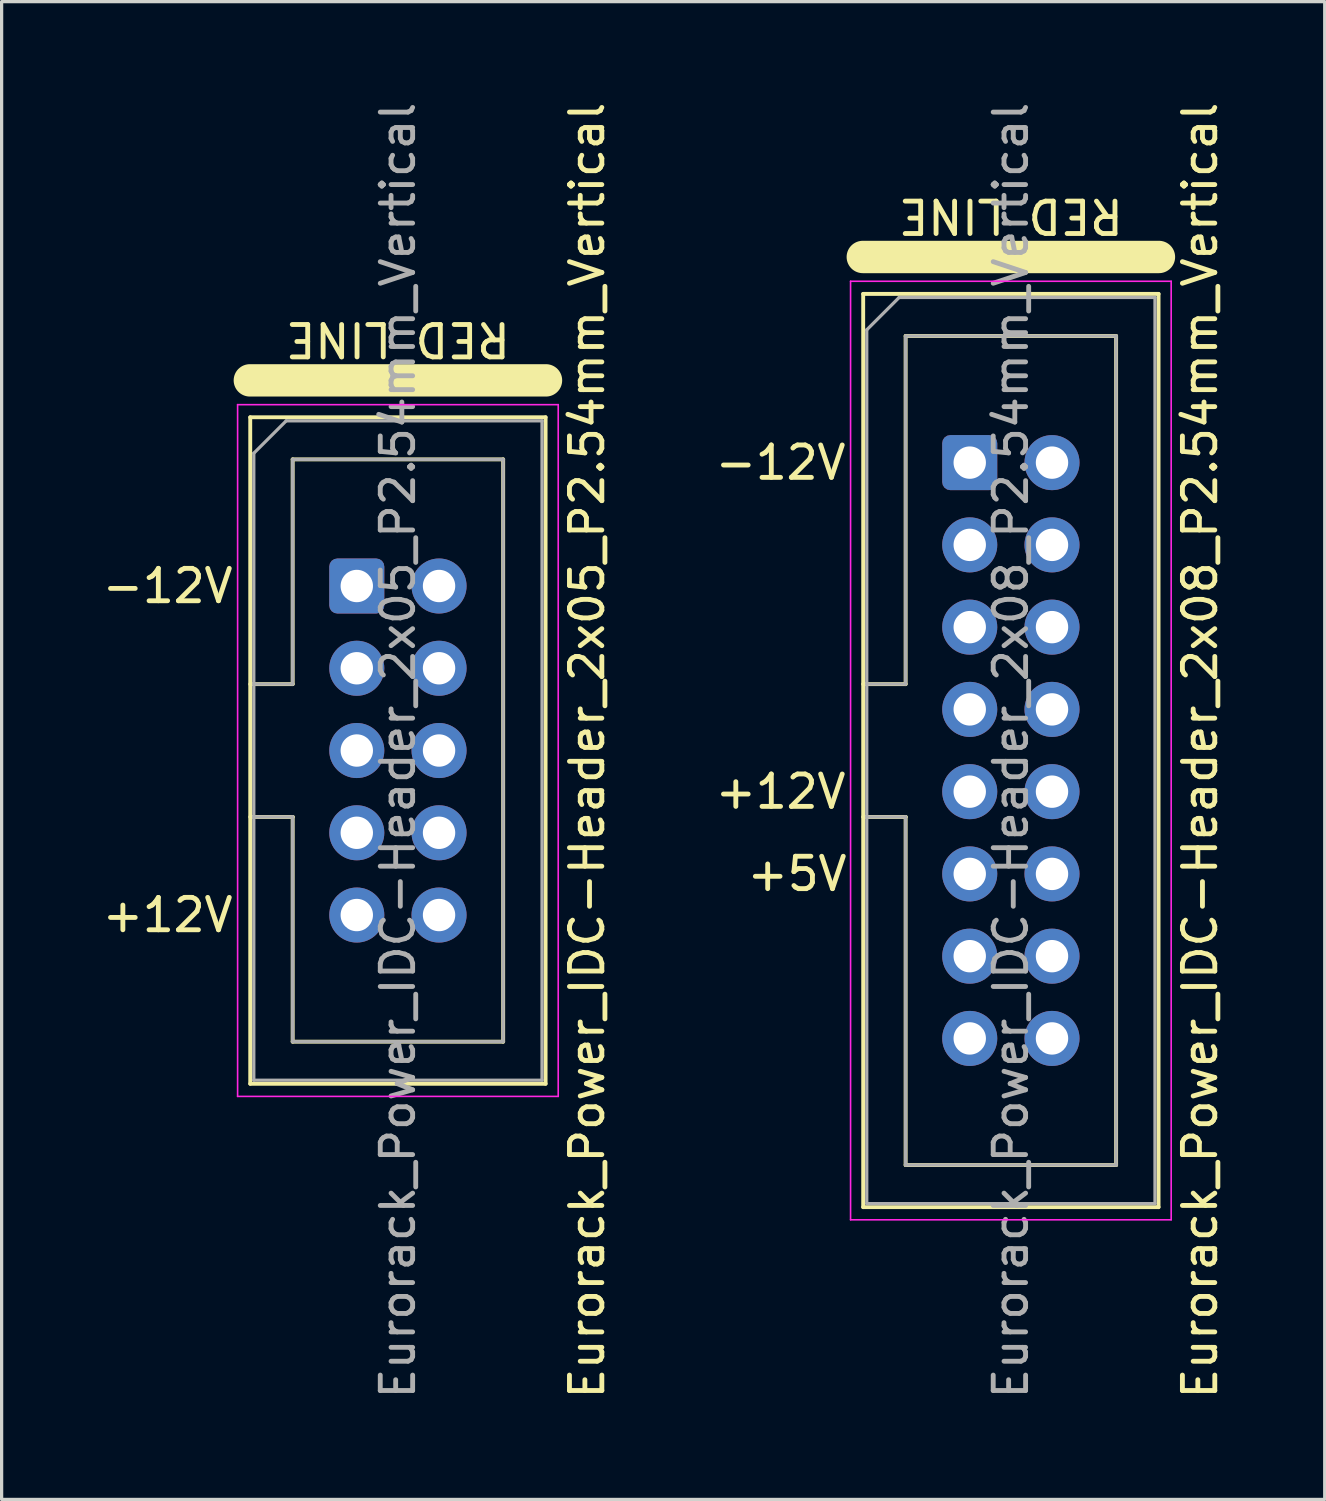
<source format=kicad_pcb>
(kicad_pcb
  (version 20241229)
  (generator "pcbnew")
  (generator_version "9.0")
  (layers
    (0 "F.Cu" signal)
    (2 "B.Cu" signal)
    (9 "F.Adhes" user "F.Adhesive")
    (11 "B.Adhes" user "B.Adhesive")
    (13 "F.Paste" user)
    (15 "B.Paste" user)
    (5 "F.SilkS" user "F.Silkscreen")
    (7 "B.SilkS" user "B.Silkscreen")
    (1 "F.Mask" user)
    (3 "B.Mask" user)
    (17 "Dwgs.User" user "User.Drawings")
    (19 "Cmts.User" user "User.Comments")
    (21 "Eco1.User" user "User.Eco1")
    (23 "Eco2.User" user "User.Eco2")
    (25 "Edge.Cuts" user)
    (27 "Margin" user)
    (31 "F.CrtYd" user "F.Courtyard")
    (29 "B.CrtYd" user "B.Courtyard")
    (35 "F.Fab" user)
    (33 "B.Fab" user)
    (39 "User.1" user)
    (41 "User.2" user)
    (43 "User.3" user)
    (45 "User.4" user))
  (footprint "Eurorack_Power_IDC-Header_2x08_P2.54mm_Vertical"
    (layer "F.Cu")
    (at 26.894 11.235)
    (property "Reference" "Eurorack_Power_IDC-Header_2x08_P2.54mm_Vertical" (at 7.112 8.89 90) (layer "F.SilkS") (effects (font (size 1 1) (thickness 0.15))))
    (attr through_hole)
    (fp_line (start -3.302 -6.35) (end 5.842 -6.35) (stroke (width 1) (type solid)) (layer "F.SilkS"))
    (fp_line (start -3.29 -5.21) (end 5.83 -5.21) (stroke (width 0.12) (type solid)) (layer "F.SilkS"))
    (fp_line (start -3.29 6.84) (end -1.98 6.84) (stroke (width 0.12) (type solid)) (layer "F.SilkS"))
    (fp_line (start -3.29 22.99) (end -3.29 -5.21) (stroke (width 0.12) (type solid)) (layer "F.SilkS"))
    (fp_line (start -1.98 -3.91) (end 4.52 -3.91) (stroke (width 0.12) (type solid)) (layer "F.SilkS"))
    (fp_line (start -1.98 6.84) (end -1.98 -3.91) (stroke (width 0.12) (type solid)) (layer "F.SilkS"))
    (fp_line (start -1.98 10.94) (end -3.29 10.94) (stroke (width 0.12) (type solid)) (layer "F.SilkS"))
    (fp_line (start -1.98 10.94) (end -1.98 10.94) (stroke (width 0.12) (type solid)) (layer "F.SilkS"))
    (fp_line (start -1.98 21.69) (end -1.98 10.94) (stroke (width 0.12) (type solid)) (layer "F.SilkS"))
    (fp_line (start 4.52 -3.91) (end 4.52 21.69) (stroke (width 0.12) (type solid)) (layer "F.SilkS"))
    (fp_line (start 4.52 21.69) (end -1.98 21.69) (stroke (width 0.12) (type solid)) (layer "F.SilkS"))
    (fp_line (start 5.83 -5.21) (end 5.83 22.99) (stroke (width 0.12) (type solid)) (layer "F.SilkS"))
    (fp_line (start 5.83 22.99) (end -3.29 22.99) (stroke (width 0.12) (type solid)) (layer "F.SilkS"))
    (fp_line (start -3.68 -5.6) (end -3.68 23.38) (stroke (width 0.05) (type solid)) (layer "F.CrtYd"))
    (fp_line (start -3.68 23.38) (end 6.22 23.38) (stroke (width 0.05) (type solid)) (layer "F.CrtYd"))
    (fp_line (start 6.22 -5.6) (end -3.68 -5.6) (stroke (width 0.05) (type solid)) (layer "F.CrtYd"))
    (fp_line (start 6.22 23.38) (end 6.22 -5.6) (stroke (width 0.05) (type solid)) (layer "F.CrtYd"))
    (fp_line (start -3.18 -4.1) (end -2.18 -5.1) (stroke (width 0.1) (type solid)) (layer "F.Fab"))
    (fp_line (start -3.18 6.84) (end -1.98 6.84) (stroke (width 0.1) (type solid)) (layer "F.Fab"))
    (fp_line (start -3.18 22.88) (end -3.18 -4.1) (stroke (width 0.1) (type solid)) (layer "F.Fab"))
    (fp_line (start -2.18 -5.1) (end 5.72 -5.1) (stroke (width 0.1) (type solid)) (layer "F.Fab"))
    (fp_line (start -1.98 -3.91) (end 4.52 -3.91) (stroke (width 0.1) (type solid)) (layer "F.Fab"))
    (fp_line (start -1.98 6.84) (end -1.98 -3.91) (stroke (width 0.1) (type solid)) (layer "F.Fab"))
    (fp_line (start -1.98 10.94) (end -3.18 10.94) (stroke (width 0.1) (type solid)) (layer "F.Fab"))
    (fp_line (start -1.98 10.94) (end -1.98 10.94) (stroke (width 0.1) (type solid)) (layer "F.Fab"))
    (fp_line (start -1.98 21.69) (end -1.98 10.94) (stroke (width 0.1) (type solid)) (layer "F.Fab"))
    (fp_line (start 4.52 -3.91) (end 4.52 21.69) (stroke (width 0.1) (type solid)) (layer "F.Fab"))
    (fp_line (start 4.52 21.69) (end -1.98 21.69) (stroke (width 0.1) (type solid)) (layer "F.Fab"))
    (fp_line (start 5.72 -5.1) (end 5.72 22.88) (stroke (width 0.1) (type solid)) (layer "F.Fab"))
    (fp_line (start 5.72 22.88) (end -3.18 22.88) (stroke (width 0.1) (type solid)) (layer "F.Fab"))
    (fp_text user "RED LINE" (at 1.27 -7.62 180) (unlocked yes) (layer "F.SilkS") (effects (font (size 1 1) (thickness 0.15))))
    (fp_text user "+12V" (at -5.842 10.16 0) (unlocked yes) (layer "F.SilkS") (effects (font (size 1 1) (thickness 0.15))))
    (fp_text user "+5V" (at -5.334 12.7 0) (unlocked yes) (layer "F.SilkS") (effects (font (size 1 1) (thickness 0.15))))
    (fp_text user "-12V" (at -5.842 0 0) (unlocked yes) (layer "F.SilkS") (effects (font (size 1 1) (thickness 0.15))))
    (fp_text user "${REFERENCE}" (at 1.27 8.89 90) (layer "F.Fab") (effects (font (size 1 1) (thickness 0.15))))
    (pad "1" thru_hole roundrect (at 0 0) (size 1.7 1.7) (drill 1) (layers "*.Cu" "*.Mask") (roundrect_rratio 0.147))
    (pad "2" thru_hole circle (at 2.54 0) (size 1.7 1.7) (drill 1) (layers "*.Cu" "*.Mask"))
    (pad "3" thru_hole circle (at 0 2.54) (size 1.7 1.7) (drill 1) (layers "*.Cu" "*.Mask"))
    (pad "4" thru_hole circle (at 2.54 2.54) (size 1.7 1.7) (drill 1) (layers "*.Cu" "*.Mask"))
    (pad "5" thru_hole circle (at 0 5.08) (size 1.7 1.7) (drill 1) (layers "*.Cu" "*.Mask"))
    (pad "6" thru_hole circle (at 2.54 5.08) (size 1.7 1.7) (drill 1) (layers "*.Cu" "*.Mask"))
    (pad "7" thru_hole circle (at 0 7.62) (size 1.7 1.7) (drill 1) (layers "*.Cu" "*.Mask"))
    (pad "8" thru_hole circle (at 2.54 7.62) (size 1.7 1.7) (drill 1) (layers "*.Cu" "*.Mask"))
    (pad "9" thru_hole circle (at 0 10.16) (size 1.7 1.7) (drill 1) (layers "*.Cu" "*.Mask"))
    (pad "10" thru_hole circle (at 2.54 10.16) (size 1.7 1.7) (drill 1) (layers "*.Cu" "*.Mask"))
    (pad "11" thru_hole circle (at 0 12.7) (size 1.7 1.7) (drill 1) (layers "*.Cu" "*.Mask"))
    (pad "12" thru_hole circle (at 2.54 12.7) (size 1.7 1.7) (drill 1) (layers "*.Cu" "*.Mask"))
    (pad "13" thru_hole circle (at 0 15.24) (size 1.7 1.7) (drill 1) (layers "*.Cu" "*.Mask"))
    (pad "14" thru_hole circle (at 2.54 15.24) (size 1.7 1.7) (drill 1) (layers "*.Cu" "*.Mask"))
    (pad "15" thru_hole circle (at 0 17.78) (size 1.7 1.7) (drill 1) (layers "*.Cu" "*.Mask"))
    (pad "16" thru_hole circle (at 2.54 17.78) (size 1.7 1.7) (drill 1) (layers "*.Cu" "*.Mask")))
  (footprint "Eurorack_Power_IDC-Header_2x05_P2.54mm_Vertical"
    (layer "F.Cu")
    (at 7.967 15.045)
    (property "Reference" "Eurorack_Power_IDC-Header_2x05_P2.54mm_Vertical" (at 7.112 5.08 270) (layer "F.SilkS") (effects (font (size 1 1) (thickness 0.15))))
    (attr through_hole)
    (fp_line (start -3.302 -6.35) (end 5.842 -6.35) (stroke (width 1) (type solid)) (layer "F.SilkS"))
    (fp_line (start -3.29 -5.21) (end 5.83 -5.21) (stroke (width 0.12) (type solid)) (layer "F.SilkS"))
    (fp_line (start -3.29 3.03) (end -1.98 3.03) (stroke (width 0.12) (type solid)) (layer "F.SilkS"))
    (fp_line (start -3.29 15.37) (end -3.29 -5.21) (stroke (width 0.12) (type solid)) (layer "F.SilkS"))
    (fp_line (start -1.98 -3.91) (end 4.52 -3.91) (stroke (width 0.12) (type solid)) (layer "F.SilkS"))
    (fp_line (start -1.98 3.03) (end -1.98 -3.91) (stroke (width 0.12) (type solid)) (layer "F.SilkS"))
    (fp_line (start -1.98 7.13) (end -3.29 7.13) (stroke (width 0.12) (type solid)) (layer "F.SilkS"))
    (fp_line (start -1.98 7.13) (end -1.98 7.13) (stroke (width 0.12) (type solid)) (layer "F.SilkS"))
    (fp_line (start -1.98 14.07) (end -1.98 7.13) (stroke (width 0.12) (type solid)) (layer "F.SilkS"))
    (fp_line (start 4.52 -3.91) (end 4.52 14.07) (stroke (width 0.12) (type solid)) (layer "F.SilkS"))
    (fp_line (start 4.52 14.07) (end -1.98 14.07) (stroke (width 0.12) (type solid)) (layer "F.SilkS"))
    (fp_line (start 5.83 -5.21) (end 5.83 15.37) (stroke (width 0.12) (type solid)) (layer "F.SilkS"))
    (fp_line (start 5.83 15.37) (end -3.29 15.37) (stroke (width 0.12) (type solid)) (layer "F.SilkS"))
    (fp_line (start -3.68 -5.6) (end -3.68 15.76) (stroke (width 0.05) (type solid)) (layer "F.CrtYd"))
    (fp_line (start -3.68 15.76) (end 6.22 15.76) (stroke (width 0.05) (type solid)) (layer "F.CrtYd"))
    (fp_line (start 6.22 -5.6) (end -3.68 -5.6) (stroke (width 0.05) (type solid)) (layer "F.CrtYd"))
    (fp_line (start 6.22 15.76) (end 6.22 -5.6) (stroke (width 0.05) (type solid)) (layer "F.CrtYd"))
    (fp_line (start -3.18 -4.1) (end -2.18 -5.1) (stroke (width 0.1) (type solid)) (layer "F.Fab"))
    (fp_line (start -3.18 3.03) (end -1.98 3.03) (stroke (width 0.1) (type solid)) (layer "F.Fab"))
    (fp_line (start -3.18 15.26) (end -3.18 -4.1) (stroke (width 0.1) (type solid)) (layer "F.Fab"))
    (fp_line (start -2.18 -5.1) (end 5.72 -5.1) (stroke (width 0.1) (type solid)) (layer "F.Fab"))
    (fp_line (start -1.98 -3.91) (end 4.52 -3.91) (stroke (width 0.1) (type solid)) (layer "F.Fab"))
    (fp_line (start -1.98 3.03) (end -1.98 -3.91) (stroke (width 0.1) (type solid)) (layer "F.Fab"))
    (fp_line (start -1.98 7.13) (end -3.18 7.13) (stroke (width 0.1) (type solid)) (layer "F.Fab"))
    (fp_line (start -1.98 7.13) (end -1.98 7.13) (stroke (width 0.1) (type solid)) (layer "F.Fab"))
    (fp_line (start -1.98 14.07) (end -1.98 7.13) (stroke (width 0.1) (type solid)) (layer "F.Fab"))
    (fp_line (start 4.52 -3.91) (end 4.52 14.07) (stroke (width 0.1) (type solid)) (layer "F.Fab"))
    (fp_line (start 4.52 14.07) (end -1.98 14.07) (stroke (width 0.1) (type solid)) (layer "F.Fab"))
    (fp_line (start 5.72 -5.1) (end 5.72 15.26) (stroke (width 0.1) (type solid)) (layer "F.Fab"))
    (fp_line (start 5.72 15.26) (end -3.18 15.26) (stroke (width 0.1) (type solid)) (layer "F.Fab"))
    (fp_text user "-12V" (at -5.842 0 0) (unlocked yes) (layer "F.SilkS") (effects (font (size 1 1) (thickness 0.15))))
    (fp_text user "RED LINE" (at 1.27 -7.62 180) (unlocked yes) (layer "F.SilkS") (effects (font (size 1 1) (thickness 0.15))))
    (fp_text user "+12V" (at -5.842 10.16 0) (unlocked yes) (layer "F.SilkS") (effects (font (size 1 1) (thickness 0.15))))
    (fp_text user "${REFERENCE}" (at 1.27 5.08 90) (layer "F.Fab") (effects (font (size 1 1) (thickness 0.15))))
    (pad "1" thru_hole roundrect (at 0 0) (size 1.7 1.7) (drill 1) (layers "*.Cu" "*.Mask") (roundrect_rratio 0.147))
    (pad "2" thru_hole circle (at 2.54 0) (size 1.7 1.7) (drill 1) (layers "*.Cu" "*.Mask"))
    (pad "3" thru_hole circle (at 0 2.54) (size 1.7 1.7) (drill 1) (layers "*.Cu" "*.Mask"))
    (pad "4" thru_hole circle (at 2.54 2.54) (size 1.7 1.7) (drill 1) (layers "*.Cu" "*.Mask"))
    (pad "5" thru_hole circle (at 0 5.08) (size 1.7 1.7) (drill 1) (layers "*.Cu" "*.Mask"))
    (pad "6" thru_hole circle (at 2.54 5.08) (size 1.7 1.7) (drill 1) (layers "*.Cu" "*.Mask"))
    (pad "7" thru_hole circle (at 0 7.62) (size 1.7 1.7) (drill 1) (layers "*.Cu" "*.Mask"))
    (pad "8" thru_hole circle (at 2.54 7.62) (size 1.7 1.7) (drill 1) (layers "*.Cu" "*.Mask"))
    (pad "9" thru_hole circle (at 0 10.16) (size 1.7 1.7) (drill 1) (layers "*.Cu" "*.Mask"))
    (pad "10" thru_hole circle (at 2.54 10.16) (size 1.7 1.7) (drill 1) (layers "*.Cu" "*.Mask")))
  (gr_rect
    (start -3 -3)
    (end 37.855 43.25)
    (stroke (width 0.1) (type default))
    (fill no)
    (layer "Edge.Cuts")))
</source>
